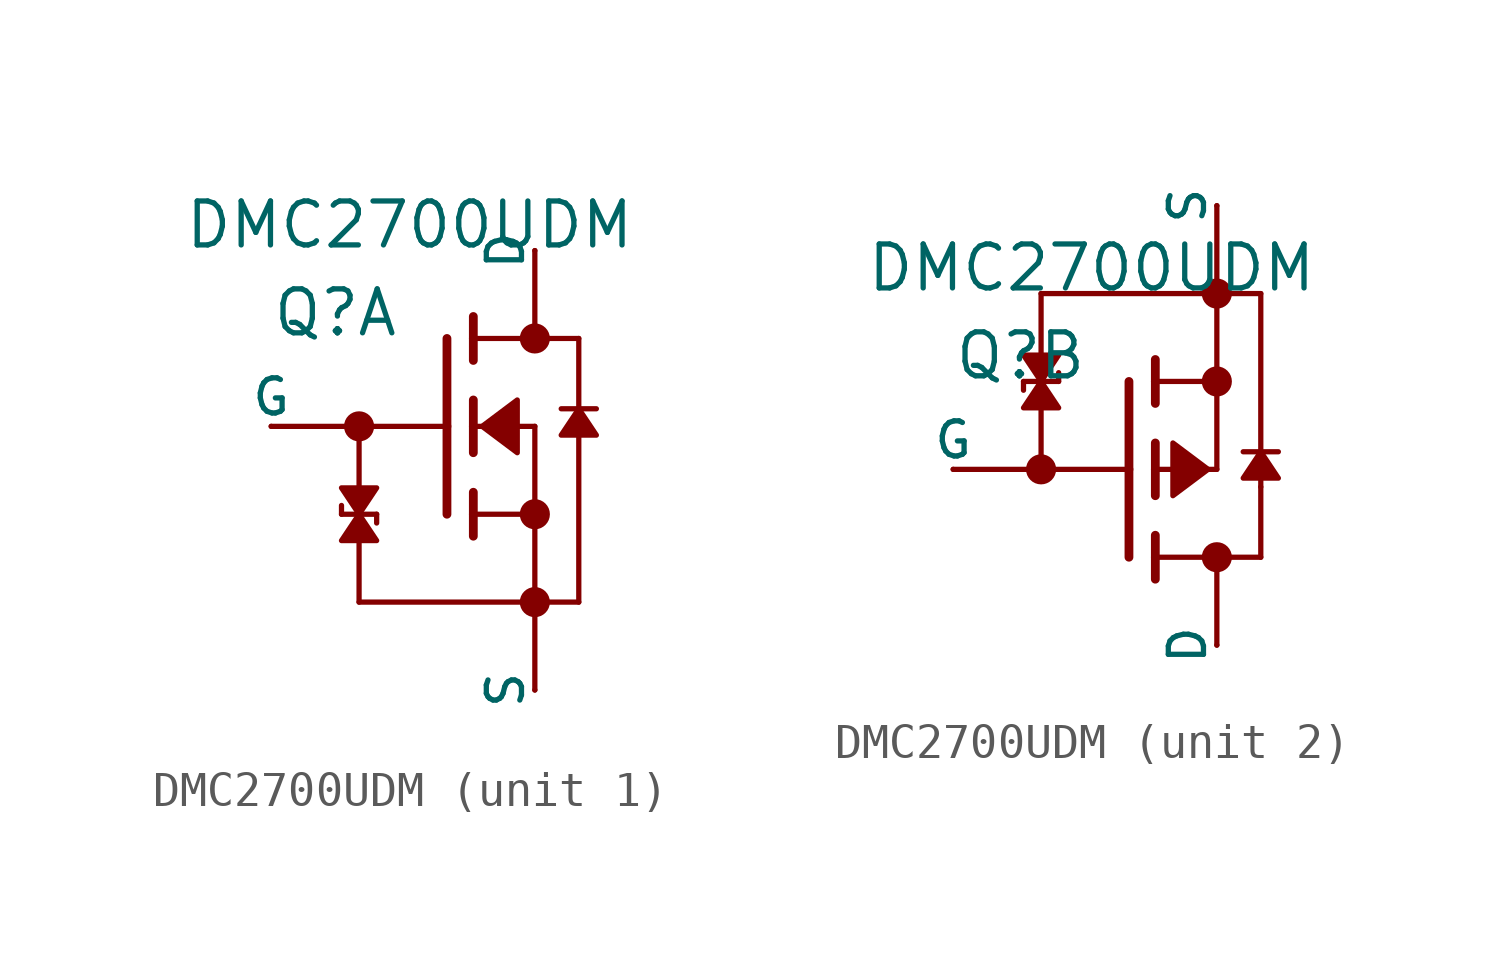
<source format=kicad_sym>
(kicad_symbol_lib
  (version 20231120)
  (generator "kicad_symbol_editor")
  (generator_version "8.0")
  (symbol "DMC2700UDM"
    (pin_numbers hide)
    (pin_names
      (offset 0))
    (property "Reference" "Q"
      (at 0 2.54 0)
      (effects (font (size 1.27 1.27)) (justify left bottom)))
    (property "Value" "DMC2700UDM"
      (at -2.54 5.08 0)
      (effects (font (size 1.27 1.27)) (justify left bottom)))
    (property "ki_locked" ""
      (at 0 0 0)
      (effects (font (size 1.27 1.27))))
    (symbol "DMC2700UDM_1_0"
      (polyline (pts (xy 0 0) (xy 2.54 0)) (stroke (width 0.152) (type default)) (fill (type none)))
      (polyline (pts (xy 2.032 -2.54) (xy 2.032 -2.286)) (stroke (width 0.152) (type default)) (fill (type none)))
      (polyline (pts (xy 2.54 -5.08) (xy 2.54 0)) (stroke (width 0.152) (type default)) (fill (type none)))
      (polyline (pts (xy 2.54 -5.08) (xy 7.62 -5.08)) (stroke (width 0.152) (type default)) (fill (type none)))
      (polyline (pts (xy 3.048 -2.54) (xy 2.032 -2.54)) (stroke (width 0.152) (type default)) (fill (type none)))
      (polyline (pts (xy 3.048 -2.54) (xy 3.048 -2.794)) (stroke (width 0.152) (type default)) (fill (type none)))
      (polyline (pts (xy 5.08 -2.54) (xy 5.08 0)) (stroke (width 0.254) (type default)) (fill (type none)))
      (polyline (pts (xy 5.08 0) (xy 2.54 0)) (stroke (width 0.152) (type default)) (fill (type none)))
      (polyline (pts (xy 5.08 0) (xy 5.08 2.54)) (stroke (width 0.254) (type default)) (fill (type none)))
      (polyline (pts (xy 5.842 -3.175) (xy 5.842 -2.54)) (stroke (width 0.254) (type default)) (fill (type none)))
      (polyline (pts (xy 5.842 -2.54) (xy 5.842 -1.905)) (stroke (width 0.254) (type default)) (fill (type none)))
      (polyline (pts (xy 5.842 -0.762) (xy 5.842 0)) (stroke (width 0.254) (type default)) (fill (type none)))
      (polyline (pts (xy 5.842 0) (xy 5.842 0.762)) (stroke (width 0.254) (type default)) (fill (type none)))
      (polyline (pts (xy 5.842 0) (xy 7.62 0)) (stroke (width 0.152) (type default)) (fill (type none)))
      (polyline (pts (xy 5.842 1.905) (xy 5.842 2.54)) (stroke (width 0.254) (type default)) (fill (type none)))
      (polyline (pts (xy 5.842 2.54) (xy 5.842 3.175)) (stroke (width 0.254) (type default)) (fill (type none)))
      (polyline (pts (xy 7.62 -7.62) (xy 7.62 -2.54)) (stroke (width 0.152) (type default)) (fill (type none)))
      (polyline (pts (xy 7.62 -5.08) (xy 8.89 -5.08)) (stroke (width 0.152) (type default)) (fill (type none)))
      (polyline (pts (xy 7.62 -2.54) (xy 5.842 -2.54)) (stroke (width 0.152) (type default)) (fill (type none)))
      (polyline (pts (xy 7.62 -2.54) (xy 7.62 0)) (stroke (width 0.152) (type default)) (fill (type none)))
      (polyline (pts (xy 7.62 2.54) (xy 5.842 2.54)) (stroke (width 0.152) (type default)) (fill (type none)))
      (polyline (pts (xy 7.62 5.08) (xy 7.62 2.54)) (stroke (width 0.152) (type default)) (fill (type none)))
      (polyline (pts (xy 8.382 0.508) (xy 8.89 0.508)) (stroke (width 0.152) (type default)) (fill (type none)))
      (polyline (pts (xy 8.89 0.508) (xy 8.89 -5.08)) (stroke (width 0.152) (type default)) (fill (type none)))
      (polyline (pts (xy 8.89 0.508) (xy 9.398 0.508)) (stroke (width 0.152) (type default)) (fill (type none)))
      (polyline (pts (xy 8.89 2.54) (xy 7.62 2.54)) (stroke (width 0.152) (type default)) (fill (type none)))
      (polyline (pts (xy 8.89 2.54) (xy 8.89 0.508)) (stroke (width 0.152) (type default)) (fill (type none)))
      (polyline (pts (xy 2.54 -2.54) (xy 2.032 -1.778) (xy 3.048 -1.778) (xy 2.54 -2.54)) (stroke (width 0.152) (type default)) (fill (type outline)))
      (polyline (pts (xy 2.54 -2.54) (xy 3.048 -3.302) (xy 2.032 -3.302) (xy 2.54 -2.54)) (stroke (width 0.152) (type default)) (fill (type outline)))
      (polyline (pts (xy 6.096 0) (xy 7.112 -0.762) (xy 7.112 0.762) (xy 6.096 0)) (stroke (width 0.152) (type default)) (fill (type outline)))
      (polyline (pts (xy 8.89 0.508) (xy 9.398 -0.254) (xy 8.382 -0.254) (xy 8.89 0.508)) (stroke (width 0.152) (type default)) (fill (type outline)))
      (circle (center 2.54 0) (radius 0.359) (stroke (width 0) (type default)) (fill (type outline)))
      (circle (center 7.62 -5.08) (radius 0.359) (stroke (width 0) (type default)) (fill (type outline)))
      (circle (center 7.62 -2.54) (radius 0.359) (stroke (width 0) (type default)) (fill (type outline)))
      (circle (center 7.62 2.54) (radius 0.359) (stroke (width 0) (type default)) (fill (type outline)))
      (pin passive line (at 0 0 0) (length 0) (name "G" (effects (font (size 1.016 1.016)))) (number "1" (effects (font (size 1.016 1.016)))))
      (pin passive line (at 7.62 -7.62 90) (length 0) (name "S" (effects (font (size 1.016 1.016)))) (number "5" (effects (font (size 1.016 1.016)))))
      (pin passive line (at 7.62 5.08 270) (length 0) (name "D" (effects (font (size 1.016 1.016)))) (number "6" (effects (font (size 1.016 1.016))))))
    (symbol "DMC2700UDM_2_0"
      (polyline (pts (xy 0 0) (xy 2.54 0)) (stroke (width 0.152) (type default)) (fill (type none)))
      (polyline (pts (xy 2.032 2.54) (xy 2.032 2.286)) (stroke (width 0.152) (type default)) (fill (type none)))
      (polyline (pts (xy 2.54 5.08) (xy 2.54 0)) (stroke (width 0.152) (type default)) (fill (type none)))
      (polyline (pts (xy 2.54 5.08) (xy 7.62 5.08)) (stroke (width 0.152) (type default)) (fill (type none)))
      (polyline (pts (xy 3.048 2.54) (xy 2.032 2.54)) (stroke (width 0.152) (type default)) (fill (type none)))
      (polyline (pts (xy 3.048 2.54) (xy 3.048 2.794)) (stroke (width 0.152) (type default)) (fill (type none)))
      (polyline (pts (xy 5.08 0) (xy 2.54 0)) (stroke (width 0.152) (type default)) (fill (type none)))
      (polyline (pts (xy 5.08 0) (xy 5.08 -2.54)) (stroke (width 0.254) (type default)) (fill (type none)))
      (polyline (pts (xy 5.08 2.54) (xy 5.08 0)) (stroke (width 0.254) (type default)) (fill (type none)))
      (polyline (pts (xy 5.842 -2.54) (xy 5.842 -3.175)) (stroke (width 0.254) (type default)) (fill (type none)))
      (polyline (pts (xy 5.842 -1.905) (xy 5.842 -2.54)) (stroke (width 0.254) (type default)) (fill (type none)))
      (polyline (pts (xy 5.842 0) (xy 5.842 -0.762)) (stroke (width 0.254) (type default)) (fill (type none)))
      (polyline (pts (xy 5.842 0) (xy 7.62 0)) (stroke (width 0.152) (type default)) (fill (type none)))
      (polyline (pts (xy 5.842 0.762) (xy 5.842 0)) (stroke (width 0.254) (type default)) (fill (type none)))
      (polyline (pts (xy 5.842 2.54) (xy 5.842 1.905)) (stroke (width 0.254) (type default)) (fill (type none)))
      (polyline (pts (xy 5.842 3.175) (xy 5.842 2.54)) (stroke (width 0.254) (type default)) (fill (type none)))
      (polyline (pts (xy 7.62 -2.54) (xy 5.842 -2.54)) (stroke (width 0.152) (type default)) (fill (type none)))
      (polyline (pts (xy 7.62 -2.54) (xy 7.62 -5.08)) (stroke (width 0.152) (type default)) (fill (type none)))
      (polyline (pts (xy 7.62 2.54) (xy 5.842 2.54)) (stroke (width 0.152) (type default)) (fill (type none)))
      (polyline (pts (xy 7.62 2.54) (xy 7.62 0)) (stroke (width 0.152) (type default)) (fill (type none)))
      (polyline (pts (xy 7.62 5.08) (xy 8.89 5.08)) (stroke (width 0.152) (type default)) (fill (type none)))
      (polyline (pts (xy 7.62 7.62) (xy 7.62 2.54)) (stroke (width 0.152) (type default)) (fill (type none)))
      (polyline (pts (xy 8.382 0.508) (xy 8.89 0.508)) (stroke (width 0.152) (type default)) (fill (type none)))
      (polyline (pts (xy 8.89 -2.54) (xy 7.62 -2.54)) (stroke (width 0.152) (type default)) (fill (type none)))
      (polyline (pts (xy 8.89 -2.54) (xy 8.89 -0.508)) (stroke (width 0.152) (type default)) (fill (type none)))
      (polyline (pts (xy 8.89 -0.508) (xy 8.89 5.08)) (stroke (width 0.152) (type default)) (fill (type none)))
      (polyline (pts (xy 8.89 0.508) (xy 9.398 0.508)) (stroke (width 0.152) (type default)) (fill (type none)))
      (polyline (pts (xy 2.54 2.54) (xy 2.032 1.778) (xy 3.048 1.778) (xy 2.54 2.54)) (stroke (width 0.152) (type default)) (fill (type outline)))
      (polyline (pts (xy 2.54 2.54) (xy 3.048 3.302) (xy 2.032 3.302) (xy 2.54 2.54)) (stroke (width 0.152) (type default)) (fill (type outline)))
      (polyline (pts (xy 7.366 0) (xy 6.35 -0.762) (xy 6.35 0.762) (xy 7.366 0)) (stroke (width 0.152) (type default)) (fill (type outline)))
      (polyline (pts (xy 8.89 0.508) (xy 8.382 -0.254) (xy 9.398 -0.254) (xy 8.89 0.508)) (stroke (width 0.152) (type default)) (fill (type outline)))
      (circle (center 2.54 0) (radius 0.359) (stroke (width 0) (type default)) (fill (type outline)))
      (circle (center 7.62 -2.54) (radius 0.359) (stroke (width 0) (type default)) (fill (type outline)))
      (circle (center 7.62 2.54) (radius 0.359) (stroke (width 0) (type default)) (fill (type outline)))
      (circle (center 7.62 5.08) (radius 0.359) (stroke (width 0) (type default)) (fill (type outline)))
      (pin passive line (at 7.62 7.62 270) (length 0) (name "S" (effects (font (size 1.016 1.016)))) (number "2" (effects (font (size 1.016 1.016)))))
      (pin passive line (at 0 0 0) (length 0) (name "G" (effects (font (size 1.016 1.016)))) (number "3" (effects (font (size 1.016 1.016)))))
      (pin passive line (at 7.62 -5.08 90) (length 0) (name "D" (effects (font (size 1.016 1.016)))) (number "4" (effects (font (size 1.016 1.016))))))))
</source>
